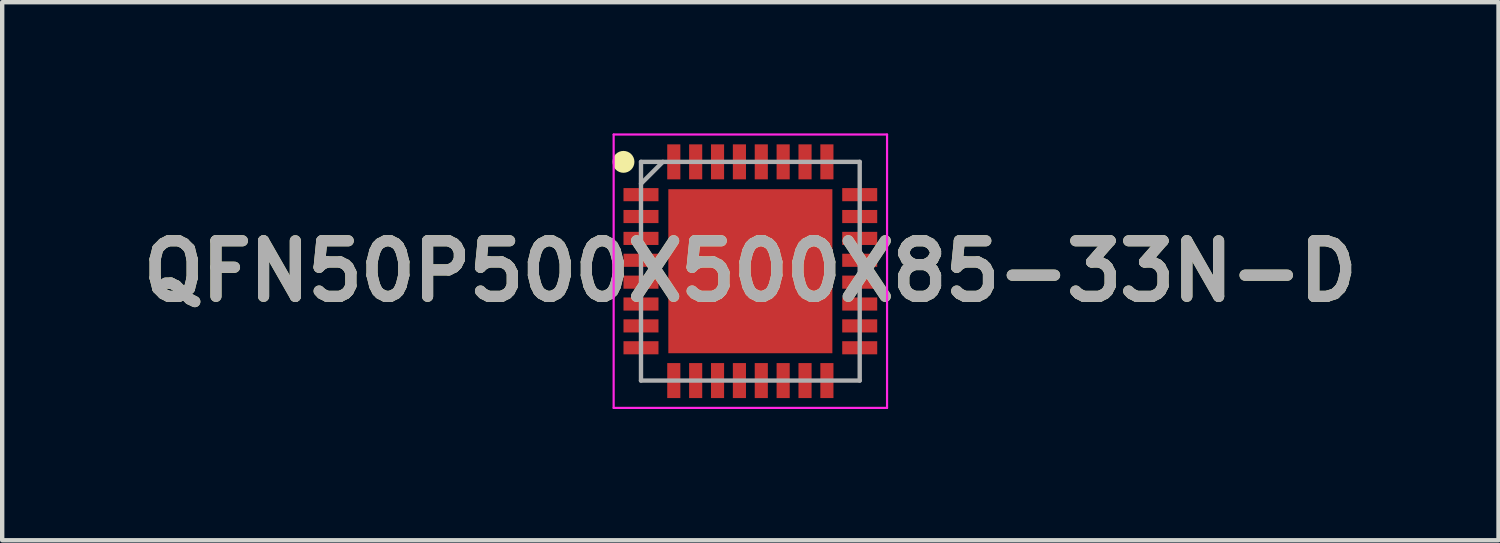
<source format=kicad_pcb>
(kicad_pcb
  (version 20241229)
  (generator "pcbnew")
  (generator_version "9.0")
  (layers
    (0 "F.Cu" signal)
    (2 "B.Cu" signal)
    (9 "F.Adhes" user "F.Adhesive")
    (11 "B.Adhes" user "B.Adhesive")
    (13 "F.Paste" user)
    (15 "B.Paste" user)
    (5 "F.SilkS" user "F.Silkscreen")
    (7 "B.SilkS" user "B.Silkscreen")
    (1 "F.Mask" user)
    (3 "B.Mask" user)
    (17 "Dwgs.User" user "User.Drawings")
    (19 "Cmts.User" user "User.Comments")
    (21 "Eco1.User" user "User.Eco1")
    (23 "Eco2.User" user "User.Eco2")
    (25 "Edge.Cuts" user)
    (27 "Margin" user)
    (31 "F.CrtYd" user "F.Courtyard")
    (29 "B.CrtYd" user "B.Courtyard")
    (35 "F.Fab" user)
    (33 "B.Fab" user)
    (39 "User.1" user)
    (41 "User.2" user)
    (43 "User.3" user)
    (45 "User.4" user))
  (footprint "QFN50P500X500X85-33N-D"
    (layer "F.Cu")
    (at 14.103 3.15)
    (property "Reference" "QFN50P500X500X85-33N-D" (at 0 0 0) (layer "F.SilkS") (effects (font (size 1.27 1.27) (thickness 0.254))))
    (attr smd)
    (fp_circle (center -2.9 -2.5) (end -2.9 -2.375) (stroke (width 0.25) (type solid)) (fill no) (layer "F.SilkS"))
    (fp_line (start -3.125 -3.125) (end 3.125 -3.125) (stroke (width 0.05) (type solid)) (layer "F.CrtYd"))
    (fp_line (start -3.125 3.125) (end -3.125 -3.125) (stroke (width 0.05) (type solid)) (layer "F.CrtYd"))
    (fp_line (start 3.125 -3.125) (end 3.125 3.125) (stroke (width 0.05) (type solid)) (layer "F.CrtYd"))
    (fp_line (start 3.125 3.125) (end -3.125 3.125) (stroke (width 0.05) (type solid)) (layer "F.CrtYd"))
    (fp_line (start -2.5 -2.5) (end 2.5 -2.5) (stroke (width 0.1) (type solid)) (layer "F.Fab"))
    (fp_line (start -2.5 -2) (end -2 -2.5) (stroke (width 0.1) (type solid)) (layer "F.Fab"))
    (fp_line (start -2.5 2.5) (end -2.5 -2.5) (stroke (width 0.1) (type solid)) (layer "F.Fab"))
    (fp_line (start 2.5 -2.5) (end 2.5 2.5) (stroke (width 0.1) (type solid)) (layer "F.Fab"))
    (fp_line (start 2.5 2.5) (end -2.5 2.5) (stroke (width 0.1) (type solid)) (layer "F.Fab"))
    (fp_text user "${REFERENCE}" (at 0 0 0) (layer "F.Fab") (effects (font (size 1.27 1.27) (thickness 0.254))))
    (pad "1" smd rect (at -2.5 -1.75 90) (size 0.3 0.8) (layers "F.Cu" "F.Mask" "F.Paste"))
    (pad "2" smd rect (at -2.5 -1.25 90) (size 0.3 0.8) (layers "F.Cu" "F.Mask" "F.Paste"))
    (pad "3" smd rect (at -2.5 -0.75 90) (size 0.3 0.8) (layers "F.Cu" "F.Mask" "F.Paste"))
    (pad "4" smd rect (at -2.5 -0.25 90) (size 0.3 0.8) (layers "F.Cu" "F.Mask" "F.Paste"))
    (pad "5" smd rect (at -2.5 0.25 90) (size 0.3 0.8) (layers "F.Cu" "F.Mask" "F.Paste"))
    (pad "6" smd rect (at -2.5 0.75 90) (size 0.3 0.8) (layers "F.Cu" "F.Mask" "F.Paste"))
    (pad "7" smd rect (at -2.5 1.25 90) (size 0.3 0.8) (layers "F.Cu" "F.Mask" "F.Paste"))
    (pad "8" smd rect (at -2.5 1.75 90) (size 0.3 0.8) (layers "F.Cu" "F.Mask" "F.Paste"))
    (pad "9" smd rect (at -1.75 2.5) (size 0.3 0.8) (layers "F.Cu" "F.Mask" "F.Paste"))
    (pad "10" smd rect (at -1.25 2.5) (size 0.3 0.8) (layers "F.Cu" "F.Mask" "F.Paste"))
    (pad "11" smd rect (at -0.75 2.5) (size 0.3 0.8) (layers "F.Cu" "F.Mask" "F.Paste"))
    (pad "12" smd rect (at -0.25 2.5) (size 0.3 0.8) (layers "F.Cu" "F.Mask" "F.Paste"))
    (pad "13" smd rect (at 0.25 2.5) (size 0.3 0.8) (layers "F.Cu" "F.Mask" "F.Paste"))
    (pad "14" smd rect (at 0.75 2.5) (size 0.3 0.8) (layers "F.Cu" "F.Mask" "F.Paste"))
    (pad "15" smd rect (at 1.25 2.5) (size 0.3 0.8) (layers "F.Cu" "F.Mask" "F.Paste"))
    (pad "16" smd rect (at 1.75 2.5) (size 0.3 0.8) (layers "F.Cu" "F.Mask" "F.Paste"))
    (pad "17" smd rect (at 2.5 1.75 90) (size 0.3 0.8) (layers "F.Cu" "F.Mask" "F.Paste"))
    (pad "18" smd rect (at 2.5 1.25 90) (size 0.3 0.8) (layers "F.Cu" "F.Mask" "F.Paste"))
    (pad "19" smd rect (at 2.5 0.75 90) (size 0.3 0.8) (layers "F.Cu" "F.Mask" "F.Paste"))
    (pad "20" smd rect (at 2.5 0.25 90) (size 0.3 0.8) (layers "F.Cu" "F.Mask" "F.Paste"))
    (pad "21" smd rect (at 2.5 -0.25 90) (size 0.3 0.8) (layers "F.Cu" "F.Mask" "F.Paste"))
    (pad "22" smd rect (at 2.5 -0.75 90) (size 0.3 0.8) (layers "F.Cu" "F.Mask" "F.Paste"))
    (pad "23" smd rect (at 2.5 -1.25 90) (size 0.3 0.8) (layers "F.Cu" "F.Mask" "F.Paste"))
    (pad "24" smd rect (at 2.5 -1.75 90) (size 0.3 0.8) (layers "F.Cu" "F.Mask" "F.Paste"))
    (pad "25" smd rect (at 1.75 -2.5) (size 0.3 0.8) (layers "F.Cu" "F.Mask" "F.Paste"))
    (pad "26" smd rect (at 1.25 -2.5) (size 0.3 0.8) (layers "F.Cu" "F.Mask" "F.Paste"))
    (pad "27" smd rect (at 0.75 -2.5) (size 0.3 0.8) (layers "F.Cu" "F.Mask" "F.Paste"))
    (pad "28" smd rect (at 0.25 -2.5) (size 0.3 0.8) (layers "F.Cu" "F.Mask" "F.Paste"))
    (pad "29" smd rect (at -0.25 -2.5) (size 0.3 0.8) (layers "F.Cu" "F.Mask" "F.Paste"))
    (pad "30" smd rect (at -0.75 -2.5) (size 0.3 0.8) (layers "F.Cu" "F.Mask" "F.Paste"))
    (pad "31" smd rect (at -1.25 -2.5) (size 0.3 0.8) (layers "F.Cu" "F.Mask" "F.Paste"))
    (pad "32" smd rect (at -1.75 -2.5) (size 0.3 0.8) (layers "F.Cu" "F.Mask" "F.Paste"))
    (pad "33" smd rect (at 0 0) (size 3.75 3.75) (layers "F.Cu" "F.Mask" "F.Paste")))
  (gr_rect
    (start -3 -3)
    (end 31.206 9.3)
    (stroke (width 0.1) (type default))
    (fill no)
    (layer "Edge.Cuts")))
</source>
